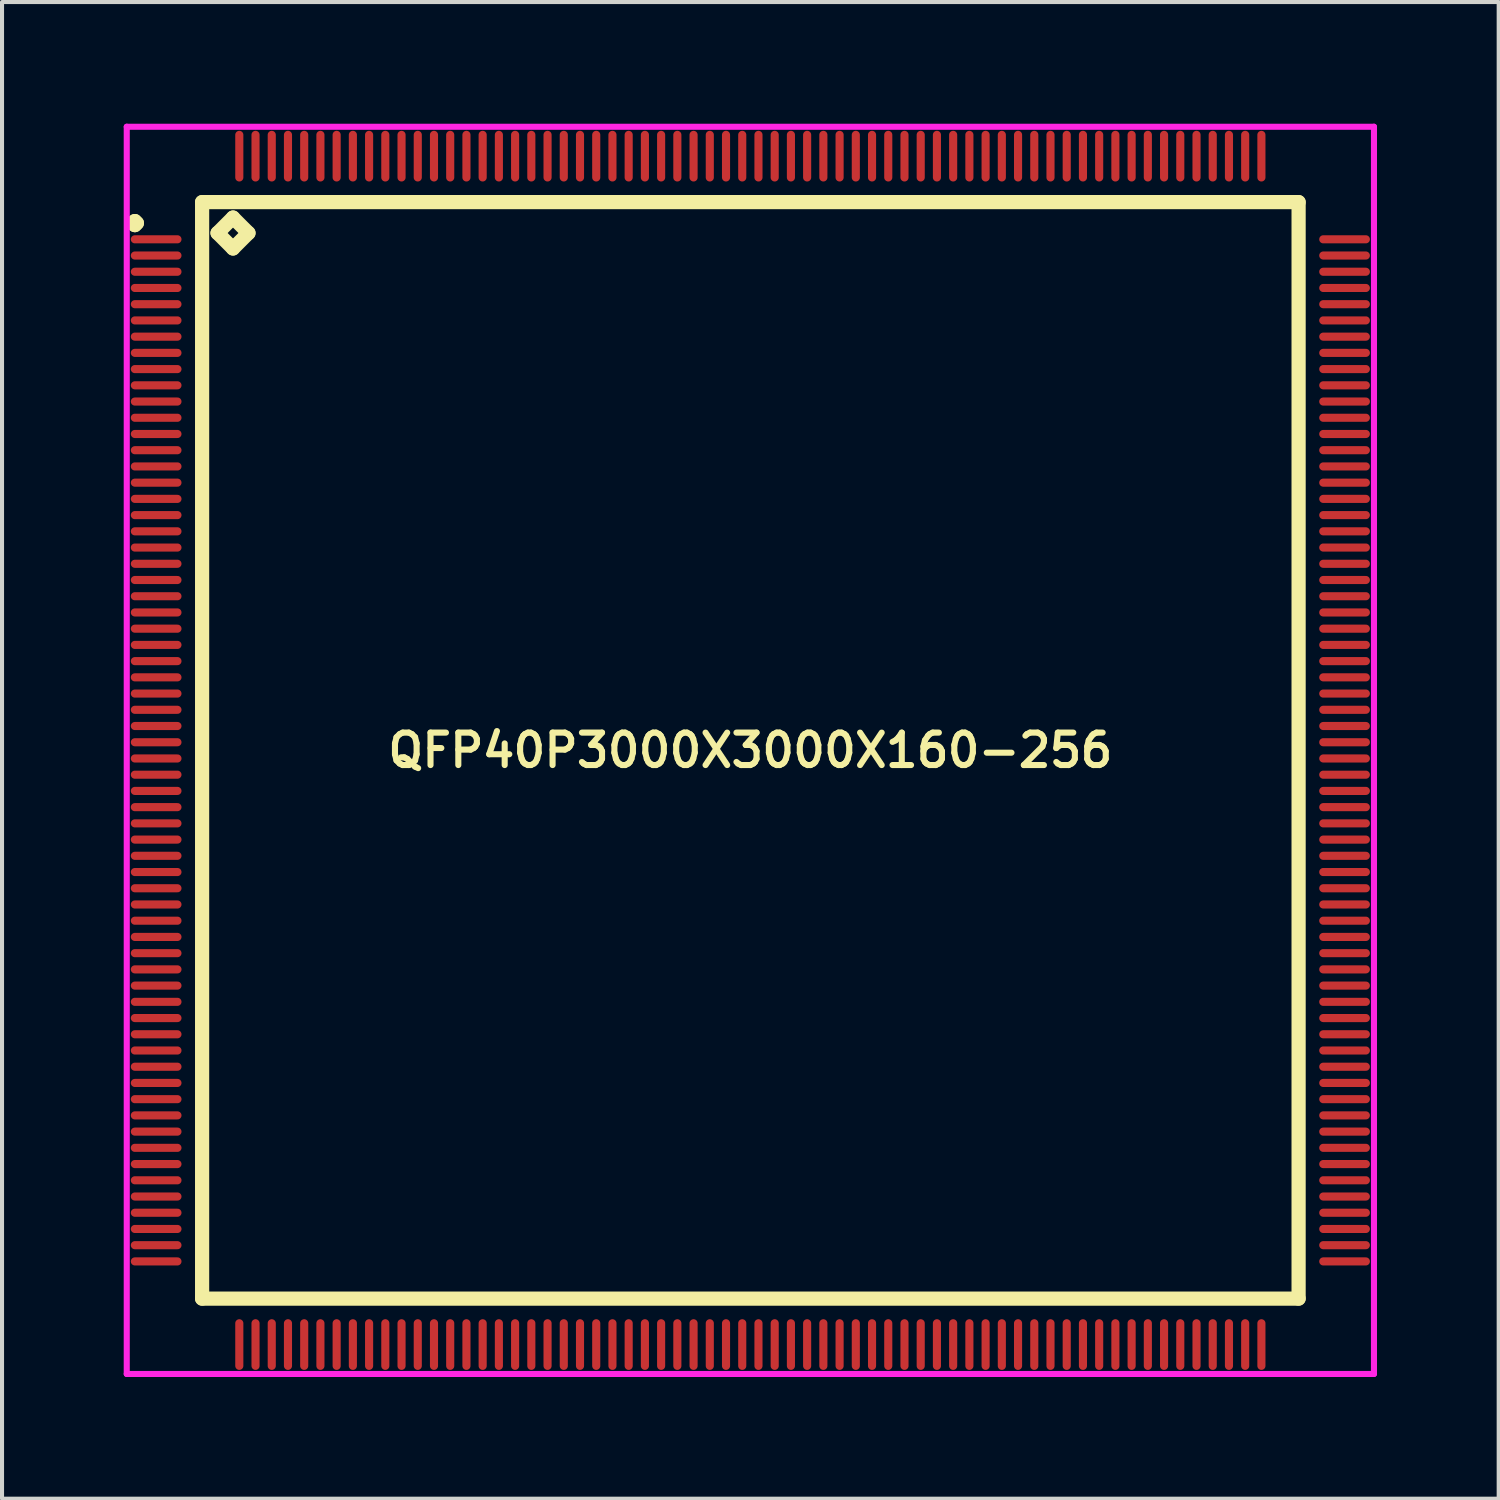
<source format=kicad_pcb>
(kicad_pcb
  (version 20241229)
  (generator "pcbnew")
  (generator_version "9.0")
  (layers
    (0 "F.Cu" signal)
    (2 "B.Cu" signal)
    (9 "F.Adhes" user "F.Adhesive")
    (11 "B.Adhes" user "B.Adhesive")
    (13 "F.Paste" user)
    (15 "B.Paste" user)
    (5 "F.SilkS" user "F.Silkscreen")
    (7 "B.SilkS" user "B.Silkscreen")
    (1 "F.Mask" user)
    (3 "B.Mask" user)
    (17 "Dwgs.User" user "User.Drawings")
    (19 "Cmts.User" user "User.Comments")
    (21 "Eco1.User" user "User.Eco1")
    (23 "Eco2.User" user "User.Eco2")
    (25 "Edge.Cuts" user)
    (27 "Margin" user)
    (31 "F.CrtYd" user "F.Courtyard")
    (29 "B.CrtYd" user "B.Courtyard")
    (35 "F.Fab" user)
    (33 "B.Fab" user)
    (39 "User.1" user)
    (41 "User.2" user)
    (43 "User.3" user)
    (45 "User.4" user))
  (footprint "QFP40P3000X3000X160-256"
    (layer "F.Cu")
    (at 15.45 15.45)
    (property "Reference" "QFP40P3000X3000X160-256" (at 0 0 0) (layer "F.SilkS") (effects (font (size 0.8 0.8) (thickness 0.15))))
    (attr smd)
    (fp_line (start -15.225 -13) (end -15.175 -13.05) (stroke (width 0.35) (type solid)) (layer "F.SilkS"))
    (fp_line (start -15.175 -13.05) (end -15.125 -13) (stroke (width 0.35) (type solid)) (layer "F.SilkS"))
    (fp_line (start -15.175 -12.95) (end -15.225 -13) (stroke (width 0.35) (type solid)) (layer "F.SilkS"))
    (fp_line (start -15.125 -13) (end -15.175 -12.95) (stroke (width 0.35) (type solid)) (layer "F.SilkS"))
    (fp_line (start -13.517 -13.517) (end -13.517 13.517) (stroke (width 0.35) (type solid)) (layer "F.SilkS"))
    (fp_line (start -13.517 13.517) (end 13.517 13.517) (stroke (width 0.35) (type solid)) (layer "F.SilkS"))
    (fp_line (start -13.136 -12.755) (end -12.755 -13.136) (stroke (width 0.35) (type solid)) (layer "F.SilkS"))
    (fp_line (start -12.755 -13.136) (end -12.374 -12.755) (stroke (width 0.35) (type solid)) (layer "F.SilkS"))
    (fp_line (start -12.755 -12.374) (end -13.136 -12.755) (stroke (width 0.35) (type solid)) (layer "F.SilkS"))
    (fp_line (start -12.374 -12.755) (end -12.755 -12.374) (stroke (width 0.35) (type solid)) (layer "F.SilkS"))
    (fp_line (start 13.517 -13.517) (end -13.517 -13.517) (stroke (width 0.35) (type solid)) (layer "F.SilkS"))
    (fp_line (start 13.517 13.517) (end 13.517 -13.517) (stroke (width 0.35) (type solid)) (layer "F.SilkS"))
    (fp_line (start -15.375 -15.375) (end 15.375 -15.375) (stroke (width 0.15) (type solid)) (layer "F.CrtYd"))
    (fp_line (start -15.375 15.375) (end -15.375 -15.375) (stroke (width 0.15) (type solid)) (layer "F.CrtYd"))
    (fp_line (start 15.375 -15.375) (end 15.375 15.375) (stroke (width 0.15) (type solid)) (layer "F.CrtYd"))
    (fp_line (start 15.375 15.375) (end -15.375 15.375) (stroke (width 0.15) (type solid)) (layer "F.CrtYd"))
    (pad "1" smd oval (at -14.65 -12.6) (size 1.25 0.2) (layers "F.Cu" "F.Mask" "F.Paste"))
    (pad "2" smd oval (at -14.65 -12.2) (size 1.25 0.2) (layers "F.Cu" "F.Mask" "F.Paste"))
    (pad "3" smd oval (at -14.65 -11.8) (size 1.25 0.2) (layers "F.Cu" "F.Mask" "F.Paste"))
    (pad "4" smd oval (at -14.65 -11.4) (size 1.25 0.2) (layers "F.Cu" "F.Mask" "F.Paste"))
    (pad "5" smd oval (at -14.65 -11) (size 1.25 0.2) (layers "F.Cu" "F.Mask" "F.Paste"))
    (pad "6" smd oval (at -14.65 -10.6) (size 1.25 0.2) (layers "F.Cu" "F.Mask" "F.Paste"))
    (pad "7" smd oval (at -14.65 -10.2) (size 1.25 0.2) (layers "F.Cu" "F.Mask" "F.Paste"))
    (pad "8" smd oval (at -14.65 -9.8) (size 1.25 0.2) (layers "F.Cu" "F.Mask" "F.Paste"))
    (pad "9" smd oval (at -14.65 -9.4) (size 1.25 0.2) (layers "F.Cu" "F.Mask" "F.Paste"))
    (pad "10" smd oval (at -14.65 -9) (size 1.25 0.2) (layers "F.Cu" "F.Mask" "F.Paste"))
    (pad "11" smd oval (at -14.65 -8.6) (size 1.25 0.2) (layers "F.Cu" "F.Mask" "F.Paste"))
    (pad "12" smd oval (at -14.65 -8.2) (size 1.25 0.2) (layers "F.Cu" "F.Mask" "F.Paste"))
    (pad "13" smd oval (at -14.65 -7.8) (size 1.25 0.2) (layers "F.Cu" "F.Mask" "F.Paste"))
    (pad "14" smd oval (at -14.65 -7.4) (size 1.25 0.2) (layers "F.Cu" "F.Mask" "F.Paste"))
    (pad "15" smd oval (at -14.65 -7) (size 1.25 0.2) (layers "F.Cu" "F.Mask" "F.Paste"))
    (pad "16" smd oval (at -14.65 -6.6) (size 1.25 0.2) (layers "F.Cu" "F.Mask" "F.Paste"))
    (pad "17" smd oval (at -14.65 -6.2) (size 1.25 0.2) (layers "F.Cu" "F.Mask" "F.Paste"))
    (pad "18" smd oval (at -14.65 -5.8) (size 1.25 0.2) (layers "F.Cu" "F.Mask" "F.Paste"))
    (pad "19" smd oval (at -14.65 -5.4) (size 1.25 0.2) (layers "F.Cu" "F.Mask" "F.Paste"))
    (pad "20" smd oval (at -14.65 -5) (size 1.25 0.2) (layers "F.Cu" "F.Mask" "F.Paste"))
    (pad "21" smd oval (at -14.65 -4.6) (size 1.25 0.2) (layers "F.Cu" "F.Mask" "F.Paste"))
    (pad "22" smd oval (at -14.65 -4.2) (size 1.25 0.2) (layers "F.Cu" "F.Mask" "F.Paste"))
    (pad "23" smd oval (at -14.65 -3.8) (size 1.25 0.2) (layers "F.Cu" "F.Mask" "F.Paste"))
    (pad "24" smd oval (at -14.65 -3.4) (size 1.25 0.2) (layers "F.Cu" "F.Mask" "F.Paste"))
    (pad "25" smd oval (at -14.65 -3) (size 1.25 0.2) (layers "F.Cu" "F.Mask" "F.Paste"))
    (pad "26" smd oval (at -14.65 -2.6) (size 1.25 0.2) (layers "F.Cu" "F.Mask" "F.Paste"))
    (pad "27" smd oval (at -14.65 -2.2) (size 1.25 0.2) (layers "F.Cu" "F.Mask" "F.Paste"))
    (pad "28" smd oval (at -14.65 -1.8) (size 1.25 0.2) (layers "F.Cu" "F.Mask" "F.Paste"))
    (pad "29" smd oval (at -14.65 -1.4) (size 1.25 0.2) (layers "F.Cu" "F.Mask" "F.Paste"))
    (pad "30" smd oval (at -14.65 -1) (size 1.25 0.2) (layers "F.Cu" "F.Mask" "F.Paste"))
    (pad "31" smd oval (at -14.65 -0.6) (size 1.25 0.2) (layers "F.Cu" "F.Mask" "F.Paste"))
    (pad "32" smd oval (at -14.65 -0.2) (size 1.25 0.2) (layers "F.Cu" "F.Mask" "F.Paste"))
    (pad "33" smd oval (at -14.65 0.2) (size 1.25 0.2) (layers "F.Cu" "F.Mask" "F.Paste"))
    (pad "34" smd oval (at -14.65 0.6) (size 1.25 0.2) (layers "F.Cu" "F.Mask" "F.Paste"))
    (pad "35" smd oval (at -14.65 1) (size 1.25 0.2) (layers "F.Cu" "F.Mask" "F.Paste"))
    (pad "36" smd oval (at -14.65 1.4) (size 1.25 0.2) (layers "F.Cu" "F.Mask" "F.Paste"))
    (pad "37" smd oval (at -14.65 1.8) (size 1.25 0.2) (layers "F.Cu" "F.Mask" "F.Paste"))
    (pad "38" smd oval (at -14.65 2.2) (size 1.25 0.2) (layers "F.Cu" "F.Mask" "F.Paste"))
    (pad "39" smd oval (at -14.65 2.6) (size 1.25 0.2) (layers "F.Cu" "F.Mask" "F.Paste"))
    (pad "40" smd oval (at -14.65 3) (size 1.25 0.2) (layers "F.Cu" "F.Mask" "F.Paste"))
    (pad "41" smd oval (at -14.65 3.4) (size 1.25 0.2) (layers "F.Cu" "F.Mask" "F.Paste"))
    (pad "42" smd oval (at -14.65 3.8) (size 1.25 0.2) (layers "F.Cu" "F.Mask" "F.Paste"))
    (pad "43" smd oval (at -14.65 4.2) (size 1.25 0.2) (layers "F.Cu" "F.Mask" "F.Paste"))
    (pad "44" smd oval (at -14.65 4.6) (size 1.25 0.2) (layers "F.Cu" "F.Mask" "F.Paste"))
    (pad "45" smd oval (at -14.65 5) (size 1.25 0.2) (layers "F.Cu" "F.Mask" "F.Paste"))
    (pad "46" smd oval (at -14.65 5.4) (size 1.25 0.2) (layers "F.Cu" "F.Mask" "F.Paste"))
    (pad "47" smd oval (at -14.65 5.8) (size 1.25 0.2) (layers "F.Cu" "F.Mask" "F.Paste"))
    (pad "48" smd oval (at -14.65 6.2) (size 1.25 0.2) (layers "F.Cu" "F.Mask" "F.Paste"))
    (pad "49" smd oval (at -14.65 6.6) (size 1.25 0.2) (layers "F.Cu" "F.Mask" "F.Paste"))
    (pad "50" smd oval (at -14.65 7) (size 1.25 0.2) (layers "F.Cu" "F.Mask" "F.Paste"))
    (pad "51" smd oval (at -14.65 7.4) (size 1.25 0.2) (layers "F.Cu" "F.Mask" "F.Paste"))
    (pad "52" smd oval (at -14.65 7.8) (size 1.25 0.2) (layers "F.Cu" "F.Mask" "F.Paste"))
    (pad "53" smd oval (at -14.65 8.2) (size 1.25 0.2) (layers "F.Cu" "F.Mask" "F.Paste"))
    (pad "54" smd oval (at -14.65 8.6) (size 1.25 0.2) (layers "F.Cu" "F.Mask" "F.Paste"))
    (pad "55" smd oval (at -14.65 9) (size 1.25 0.2) (layers "F.Cu" "F.Mask" "F.Paste"))
    (pad "56" smd oval (at -14.65 9.4) (size 1.25 0.2) (layers "F.Cu" "F.Mask" "F.Paste"))
    (pad "57" smd oval (at -14.65 9.8) (size 1.25 0.2) (layers "F.Cu" "F.Mask" "F.Paste"))
    (pad "58" smd oval (at -14.65 10.2) (size 1.25 0.2) (layers "F.Cu" "F.Mask" "F.Paste"))
    (pad "59" smd oval (at -14.65 10.6) (size 1.25 0.2) (layers "F.Cu" "F.Mask" "F.Paste"))
    (pad "60" smd oval (at -14.65 11) (size 1.25 0.2) (layers "F.Cu" "F.Mask" "F.Paste"))
    (pad "61" smd oval (at -14.65 11.4) (size 1.25 0.2) (layers "F.Cu" "F.Mask" "F.Paste"))
    (pad "62" smd oval (at -14.65 11.8) (size 1.25 0.2) (layers "F.Cu" "F.Mask" "F.Paste"))
    (pad "63" smd oval (at -14.65 12.2) (size 1.25 0.2) (layers "F.Cu" "F.Mask" "F.Paste"))
    (pad "64" smd oval (at -14.65 12.6) (size 1.25 0.2) (layers "F.Cu" "F.Mask" "F.Paste"))
    (pad "65" smd oval (at -12.6 14.65) (size 0.2 1.25) (layers "F.Cu" "F.Mask" "F.Paste"))
    (pad "66" smd oval (at -12.2 14.65) (size 0.2 1.25) (layers "F.Cu" "F.Mask" "F.Paste"))
    (pad "67" smd oval (at -11.8 14.65) (size 0.2 1.25) (layers "F.Cu" "F.Mask" "F.Paste"))
    (pad "68" smd oval (at -11.4 14.65) (size 0.2 1.25) (layers "F.Cu" "F.Mask" "F.Paste"))
    (pad "69" smd oval (at -11 14.65) (size 0.2 1.25) (layers "F.Cu" "F.Mask" "F.Paste"))
    (pad "70" smd oval (at -10.6 14.65) (size 0.2 1.25) (layers "F.Cu" "F.Mask" "F.Paste"))
    (pad "71" smd oval (at -10.2 14.65) (size 0.2 1.25) (layers "F.Cu" "F.Mask" "F.Paste"))
    (pad "72" smd oval (at -9.8 14.65) (size 0.2 1.25) (layers "F.Cu" "F.Mask" "F.Paste"))
    (pad "73" smd oval (at -9.4 14.65) (size 0.2 1.25) (layers "F.Cu" "F.Mask" "F.Paste"))
    (pad "74" smd oval (at -9 14.65) (size 0.2 1.25) (layers "F.Cu" "F.Mask" "F.Paste"))
    (pad "75" smd oval (at -8.6 14.65) (size 0.2 1.25) (layers "F.Cu" "F.Mask" "F.Paste"))
    (pad "76" smd oval (at -8.2 14.65) (size 0.2 1.25) (layers "F.Cu" "F.Mask" "F.Paste"))
    (pad "77" smd oval (at -7.8 14.65) (size 0.2 1.25) (layers "F.Cu" "F.Mask" "F.Paste"))
    (pad "78" smd oval (at -7.4 14.65) (size 0.2 1.25) (layers "F.Cu" "F.Mask" "F.Paste"))
    (pad "79" smd oval (at -7 14.65) (size 0.2 1.25) (layers "F.Cu" "F.Mask" "F.Paste"))
    (pad "80" smd oval (at -6.6 14.65) (size 0.2 1.25) (layers "F.Cu" "F.Mask" "F.Paste"))
    (pad "81" smd oval (at -6.2 14.65) (size 0.2 1.25) (layers "F.Cu" "F.Mask" "F.Paste"))
    (pad "82" smd oval (at -5.8 14.65) (size 0.2 1.25) (layers "F.Cu" "F.Mask" "F.Paste"))
    (pad "83" smd oval (at -5.4 14.65) (size 0.2 1.25) (layers "F.Cu" "F.Mask" "F.Paste"))
    (pad "84" smd oval (at -5 14.65) (size 0.2 1.25) (layers "F.Cu" "F.Mask" "F.Paste"))
    (pad "85" smd oval (at -4.6 14.65) (size 0.2 1.25) (layers "F.Cu" "F.Mask" "F.Paste"))
    (pad "86" smd oval (at -4.2 14.65) (size 0.2 1.25) (layers "F.Cu" "F.Mask" "F.Paste"))
    (pad "87" smd oval (at -3.8 14.65) (size 0.2 1.25) (layers "F.Cu" "F.Mask" "F.Paste"))
    (pad "88" smd oval (at -3.4 14.65) (size 0.2 1.25) (layers "F.Cu" "F.Mask" "F.Paste"))
    (pad "89" smd oval (at -3 14.65) (size 0.2 1.25) (layers "F.Cu" "F.Mask" "F.Paste"))
    (pad "90" smd oval (at -2.6 14.65) (size 0.2 1.25) (layers "F.Cu" "F.Mask" "F.Paste"))
    (pad "91" smd oval (at -2.2 14.65) (size 0.2 1.25) (layers "F.Cu" "F.Mask" "F.Paste"))
    (pad "92" smd oval (at -1.8 14.65) (size 0.2 1.25) (layers "F.Cu" "F.Mask" "F.Paste"))
    (pad "93" smd oval (at -1.4 14.65) (size 0.2 1.25) (layers "F.Cu" "F.Mask" "F.Paste"))
    (pad "94" smd oval (at -1 14.65) (size 0.2 1.25) (layers "F.Cu" "F.Mask" "F.Paste"))
    (pad "95" smd oval (at -0.6 14.65) (size 0.2 1.25) (layers "F.Cu" "F.Mask" "F.Paste"))
    (pad "96" smd oval (at -0.2 14.65) (size 0.2 1.25) (layers "F.Cu" "F.Mask" "F.Paste"))
    (pad "97" smd oval (at 0.2 14.65) (size 0.2 1.25) (layers "F.Cu" "F.Mask" "F.Paste"))
    (pad "98" smd oval (at 0.6 14.65) (size 0.2 1.25) (layers "F.Cu" "F.Mask" "F.Paste"))
    (pad "99" smd oval (at 1 14.65) (size 0.2 1.25) (layers "F.Cu" "F.Mask" "F.Paste"))
    (pad "100" smd oval (at 1.4 14.65) (size 0.2 1.25) (layers "F.Cu" "F.Mask" "F.Paste"))
    (pad "101" smd oval (at 1.8 14.65) (size 0.2 1.25) (layers "F.Cu" "F.Mask" "F.Paste"))
    (pad "102" smd oval (at 2.2 14.65) (size 0.2 1.25) (layers "F.Cu" "F.Mask" "F.Paste"))
    (pad "103" smd oval (at 2.6 14.65) (size 0.2 1.25) (layers "F.Cu" "F.Mask" "F.Paste"))
    (pad "104" smd oval (at 3 14.65) (size 0.2 1.25) (layers "F.Cu" "F.Mask" "F.Paste"))
    (pad "105" smd oval (at 3.4 14.65) (size 0.2 1.25) (layers "F.Cu" "F.Mask" "F.Paste"))
    (pad "106" smd oval (at 3.8 14.65) (size 0.2 1.25) (layers "F.Cu" "F.Mask" "F.Paste"))
    (pad "107" smd oval (at 4.2 14.65) (size 0.2 1.25) (layers "F.Cu" "F.Mask" "F.Paste"))
    (pad "108" smd oval (at 4.6 14.65) (size 0.2 1.25) (layers "F.Cu" "F.Mask" "F.Paste"))
    (pad "109" smd oval (at 5 14.65) (size 0.2 1.25) (layers "F.Cu" "F.Mask" "F.Paste"))
    (pad "110" smd oval (at 5.4 14.65) (size 0.2 1.25) (layers "F.Cu" "F.Mask" "F.Paste"))
    (pad "111" smd oval (at 5.8 14.65) (size 0.2 1.25) (layers "F.Cu" "F.Mask" "F.Paste"))
    (pad "112" smd oval (at 6.2 14.65) (size 0.2 1.25) (layers "F.Cu" "F.Mask" "F.Paste"))
    (pad "113" smd oval (at 6.6 14.65) (size 0.2 1.25) (layers "F.Cu" "F.Mask" "F.Paste"))
    (pad "114" smd oval (at 7 14.65) (size 0.2 1.25) (layers "F.Cu" "F.Mask" "F.Paste"))
    (pad "115" smd oval (at 7.4 14.65) (size 0.2 1.25) (layers "F.Cu" "F.Mask" "F.Paste"))
    (pad "116" smd oval (at 7.8 14.65) (size 0.2 1.25) (layers "F.Cu" "F.Mask" "F.Paste"))
    (pad "117" smd oval (at 8.2 14.65) (size 0.2 1.25) (layers "F.Cu" "F.Mask" "F.Paste"))
    (pad "118" smd oval (at 8.6 14.65) (size 0.2 1.25) (layers "F.Cu" "F.Mask" "F.Paste"))
    (pad "119" smd oval (at 9 14.65) (size 0.2 1.25) (layers "F.Cu" "F.Mask" "F.Paste"))
    (pad "120" smd oval (at 9.4 14.65) (size 0.2 1.25) (layers "F.Cu" "F.Mask" "F.Paste"))
    (pad "121" smd oval (at 9.8 14.65) (size 0.2 1.25) (layers "F.Cu" "F.Mask" "F.Paste"))
    (pad "122" smd oval (at 10.2 14.65) (size 0.2 1.25) (layers "F.Cu" "F.Mask" "F.Paste"))
    (pad "123" smd oval (at 10.6 14.65) (size 0.2 1.25) (layers "F.Cu" "F.Mask" "F.Paste"))
    (pad "124" smd oval (at 11 14.65) (size 0.2 1.25) (layers "F.Cu" "F.Mask" "F.Paste"))
    (pad "125" smd oval (at 11.4 14.65) (size 0.2 1.25) (layers "F.Cu" "F.Mask" "F.Paste"))
    (pad "126" smd oval (at 11.8 14.65) (size 0.2 1.25) (layers "F.Cu" "F.Mask" "F.Paste"))
    (pad "127" smd oval (at 12.2 14.65) (size 0.2 1.25) (layers "F.Cu" "F.Mask" "F.Paste"))
    (pad "128" smd oval (at 12.6 14.65) (size 0.2 1.25) (layers "F.Cu" "F.Mask" "F.Paste"))
    (pad "129" smd oval (at 14.65 12.6) (size 1.25 0.2) (layers "F.Cu" "F.Mask" "F.Paste"))
    (pad "130" smd oval (at 14.65 12.2) (size 1.25 0.2) (layers "F.Cu" "F.Mask" "F.Paste"))
    (pad "131" smd oval (at 14.65 11.8) (size 1.25 0.2) (layers "F.Cu" "F.Mask" "F.Paste"))
    (pad "132" smd oval (at 14.65 11.4) (size 1.25 0.2) (layers "F.Cu" "F.Mask" "F.Paste"))
    (pad "133" smd oval (at 14.65 11) (size 1.25 0.2) (layers "F.Cu" "F.Mask" "F.Paste"))
    (pad "134" smd oval (at 14.65 10.6) (size 1.25 0.2) (layers "F.Cu" "F.Mask" "F.Paste"))
    (pad "135" smd oval (at 14.65 10.2) (size 1.25 0.2) (layers "F.Cu" "F.Mask" "F.Paste"))
    (pad "136" smd oval (at 14.65 9.8) (size 1.25 0.2) (layers "F.Cu" "F.Mask" "F.Paste"))
    (pad "137" smd oval (at 14.65 9.4) (size 1.25 0.2) (layers "F.Cu" "F.Mask" "F.Paste"))
    (pad "138" smd oval (at 14.65 9) (size 1.25 0.2) (layers "F.Cu" "F.Mask" "F.Paste"))
    (pad "139" smd oval (at 14.65 8.6) (size 1.25 0.2) (layers "F.Cu" "F.Mask" "F.Paste"))
    (pad "140" smd oval (at 14.65 8.2) (size 1.25 0.2) (layers "F.Cu" "F.Mask" "F.Paste"))
    (pad "141" smd oval (at 14.65 7.8) (size 1.25 0.2) (layers "F.Cu" "F.Mask" "F.Paste"))
    (pad "142" smd oval (at 14.65 7.4) (size 1.25 0.2) (layers "F.Cu" "F.Mask" "F.Paste"))
    (pad "143" smd oval (at 14.65 7) (size 1.25 0.2) (layers "F.Cu" "F.Mask" "F.Paste"))
    (pad "144" smd oval (at 14.65 6.6) (size 1.25 0.2) (layers "F.Cu" "F.Mask" "F.Paste"))
    (pad "145" smd oval (at 14.65 6.2) (size 1.25 0.2) (layers "F.Cu" "F.Mask" "F.Paste"))
    (pad "146" smd oval (at 14.65 5.8) (size 1.25 0.2) (layers "F.Cu" "F.Mask" "F.Paste"))
    (pad "147" smd oval (at 14.65 5.4) (size 1.25 0.2) (layers "F.Cu" "F.Mask" "F.Paste"))
    (pad "148" smd oval (at 14.65 5) (size 1.25 0.2) (layers "F.Cu" "F.Mask" "F.Paste"))
    (pad "149" smd oval (at 14.65 4.6) (size 1.25 0.2) (layers "F.Cu" "F.Mask" "F.Paste"))
    (pad "150" smd oval (at 14.65 4.2) (size 1.25 0.2) (layers "F.Cu" "F.Mask" "F.Paste"))
    (pad "151" smd oval (at 14.65 3.8) (size 1.25 0.2) (layers "F.Cu" "F.Mask" "F.Paste"))
    (pad "152" smd oval (at 14.65 3.4) (size 1.25 0.2) (layers "F.Cu" "F.Mask" "F.Paste"))
    (pad "153" smd oval (at 14.65 3) (size 1.25 0.2) (layers "F.Cu" "F.Mask" "F.Paste"))
    (pad "154" smd oval (at 14.65 2.6) (size 1.25 0.2) (layers "F.Cu" "F.Mask" "F.Paste"))
    (pad "155" smd oval (at 14.65 2.2) (size 1.25 0.2) (layers "F.Cu" "F.Mask" "F.Paste"))
    (pad "156" smd oval (at 14.65 1.8) (size 1.25 0.2) (layers "F.Cu" "F.Mask" "F.Paste"))
    (pad "157" smd oval (at 14.65 1.4) (size 1.25 0.2) (layers "F.Cu" "F.Mask" "F.Paste"))
    (pad "158" smd oval (at 14.65 1) (size 1.25 0.2) (layers "F.Cu" "F.Mask" "F.Paste"))
    (pad "159" smd oval (at 14.65 0.6) (size 1.25 0.2) (layers "F.Cu" "F.Mask" "F.Paste"))
    (pad "160" smd oval (at 14.65 0.2) (size 1.25 0.2) (layers "F.Cu" "F.Mask" "F.Paste"))
    (pad "161" smd oval (at 14.65 -0.2) (size 1.25 0.2) (layers "F.Cu" "F.Mask" "F.Paste"))
    (pad "162" smd oval (at 14.65 -0.6) (size 1.25 0.2) (layers "F.Cu" "F.Mask" "F.Paste"))
    (pad "163" smd oval (at 14.65 -1) (size 1.25 0.2) (layers "F.Cu" "F.Mask" "F.Paste"))
    (pad "164" smd oval (at 14.65 -1.4) (size 1.25 0.2) (layers "F.Cu" "F.Mask" "F.Paste"))
    (pad "165" smd oval (at 14.65 -1.8) (size 1.25 0.2) (layers "F.Cu" "F.Mask" "F.Paste"))
    (pad "166" smd oval (at 14.65 -2.2) (size 1.25 0.2) (layers "F.Cu" "F.Mask" "F.Paste"))
    (pad "167" smd oval (at 14.65 -2.6) (size 1.25 0.2) (layers "F.Cu" "F.Mask" "F.Paste"))
    (pad "168" smd oval (at 14.65 -3) (size 1.25 0.2) (layers "F.Cu" "F.Mask" "F.Paste"))
    (pad "169" smd oval (at 14.65 -3.4) (size 1.25 0.2) (layers "F.Cu" "F.Mask" "F.Paste"))
    (pad "170" smd oval (at 14.65 -3.8) (size 1.25 0.2) (layers "F.Cu" "F.Mask" "F.Paste"))
    (pad "171" smd oval (at 14.65 -4.2) (size 1.25 0.2) (layers "F.Cu" "F.Mask" "F.Paste"))
    (pad "172" smd oval (at 14.65 -4.6) (size 1.25 0.2) (layers "F.Cu" "F.Mask" "F.Paste"))
    (pad "173" smd oval (at 14.65 -5) (size 1.25 0.2) (layers "F.Cu" "F.Mask" "F.Paste"))
    (pad "174" smd oval (at 14.65 -5.4) (size 1.25 0.2) (layers "F.Cu" "F.Mask" "F.Paste"))
    (pad "175" smd oval (at 14.65 -5.8) (size 1.25 0.2) (layers "F.Cu" "F.Mask" "F.Paste"))
    (pad "176" smd oval (at 14.65 -6.2) (size 1.25 0.2) (layers "F.Cu" "F.Mask" "F.Paste"))
    (pad "177" smd oval (at 14.65 -6.6) (size 1.25 0.2) (layers "F.Cu" "F.Mask" "F.Paste"))
    (pad "178" smd oval (at 14.65 -7) (size 1.25 0.2) (layers "F.Cu" "F.Mask" "F.Paste"))
    (pad "179" smd oval (at 14.65 -7.4) (size 1.25 0.2) (layers "F.Cu" "F.Mask" "F.Paste"))
    (pad "180" smd oval (at 14.65 -7.8) (size 1.25 0.2) (layers "F.Cu" "F.Mask" "F.Paste"))
    (pad "181" smd oval (at 14.65 -8.2) (size 1.25 0.2) (layers "F.Cu" "F.Mask" "F.Paste"))
    (pad "182" smd oval (at 14.65 -8.6) (size 1.25 0.2) (layers "F.Cu" "F.Mask" "F.Paste"))
    (pad "183" smd oval (at 14.65 -9) (size 1.25 0.2) (layers "F.Cu" "F.Mask" "F.Paste"))
    (pad "184" smd oval (at 14.65 -9.4) (size 1.25 0.2) (layers "F.Cu" "F.Mask" "F.Paste"))
    (pad "185" smd oval (at 14.65 -9.8) (size 1.25 0.2) (layers "F.Cu" "F.Mask" "F.Paste"))
    (pad "186" smd oval (at 14.65 -10.2) (size 1.25 0.2) (layers "F.Cu" "F.Mask" "F.Paste"))
    (pad "187" smd oval (at 14.65 -10.6) (size 1.25 0.2) (layers "F.Cu" "F.Mask" "F.Paste"))
    (pad "188" smd oval (at 14.65 -11) (size 1.25 0.2) (layers "F.Cu" "F.Mask" "F.Paste"))
    (pad "189" smd oval (at 14.65 -11.4) (size 1.25 0.2) (layers "F.Cu" "F.Mask" "F.Paste"))
    (pad "190" smd oval (at 14.65 -11.8) (size 1.25 0.2) (layers "F.Cu" "F.Mask" "F.Paste"))
    (pad "191" smd oval (at 14.65 -12.2) (size 1.25 0.2) (layers "F.Cu" "F.Mask" "F.Paste"))
    (pad "192" smd oval (at 14.65 -12.6) (size 1.25 0.2) (layers "F.Cu" "F.Mask" "F.Paste"))
    (pad "193" smd oval (at 12.6 -14.65) (size 0.2 1.25) (layers "F.Cu" "F.Mask" "F.Paste"))
    (pad "194" smd oval (at 12.2 -14.65) (size 0.2 1.25) (layers "F.Cu" "F.Mask" "F.Paste"))
    (pad "195" smd oval (at 11.8 -14.65) (size 0.2 1.25) (layers "F.Cu" "F.Mask" "F.Paste"))
    (pad "196" smd oval (at 11.4 -14.65) (size 0.2 1.25) (layers "F.Cu" "F.Mask" "F.Paste"))
    (pad "197" smd oval (at 11 -14.65) (size 0.2 1.25) (layers "F.Cu" "F.Mask" "F.Paste"))
    (pad "198" smd oval (at 10.6 -14.65) (size 0.2 1.25) (layers "F.Cu" "F.Mask" "F.Paste"))
    (pad "199" smd oval (at 10.2 -14.65) (size 0.2 1.25) (layers "F.Cu" "F.Mask" "F.Paste"))
    (pad "200" smd oval (at 9.8 -14.65) (size 0.2 1.25) (layers "F.Cu" "F.Mask" "F.Paste"))
    (pad "201" smd oval (at 9.4 -14.65) (size 0.2 1.25) (layers "F.Cu" "F.Mask" "F.Paste"))
    (pad "202" smd oval (at 9 -14.65) (size 0.2 1.25) (layers "F.Cu" "F.Mask" "F.Paste"))
    (pad "203" smd oval (at 8.6 -14.65) (size 0.2 1.25) (layers "F.Cu" "F.Mask" "F.Paste"))
    (pad "204" smd oval (at 8.2 -14.65) (size 0.2 1.25) (layers "F.Cu" "F.Mask" "F.Paste"))
    (pad "205" smd oval (at 7.8 -14.65) (size 0.2 1.25) (layers "F.Cu" "F.Mask" "F.Paste"))
    (pad "206" smd oval (at 7.4 -14.65) (size 0.2 1.25) (layers "F.Cu" "F.Mask" "F.Paste"))
    (pad "207" smd oval (at 7 -14.65) (size 0.2 1.25) (layers "F.Cu" "F.Mask" "F.Paste"))
    (pad "208" smd oval (at 6.6 -14.65) (size 0.2 1.25) (layers "F.Cu" "F.Mask" "F.Paste"))
    (pad "209" smd oval (at 6.2 -14.65) (size 0.2 1.25) (layers "F.Cu" "F.Mask" "F.Paste"))
    (pad "210" smd oval (at 5.8 -14.65) (size 0.2 1.25) (layers "F.Cu" "F.Mask" "F.Paste"))
    (pad "211" smd oval (at 5.4 -14.65) (size 0.2 1.25) (layers "F.Cu" "F.Mask" "F.Paste"))
    (pad "212" smd oval (at 5 -14.65) (size 0.2 1.25) (layers "F.Cu" "F.Mask" "F.Paste"))
    (pad "213" smd oval (at 4.6 -14.65) (size 0.2 1.25) (layers "F.Cu" "F.Mask" "F.Paste"))
    (pad "214" smd oval (at 4.2 -14.65) (size 0.2 1.25) (layers "F.Cu" "F.Mask" "F.Paste"))
    (pad "215" smd oval (at 3.8 -14.65) (size 0.2 1.25) (layers "F.Cu" "F.Mask" "F.Paste"))
    (pad "216" smd oval (at 3.4 -14.65) (size 0.2 1.25) (layers "F.Cu" "F.Mask" "F.Paste"))
    (pad "217" smd oval (at 3 -14.65) (size 0.2 1.25) (layers "F.Cu" "F.Mask" "F.Paste"))
    (pad "218" smd oval (at 2.6 -14.65) (size 0.2 1.25) (layers "F.Cu" "F.Mask" "F.Paste"))
    (pad "219" smd oval (at 2.2 -14.65) (size 0.2 1.25) (layers "F.Cu" "F.Mask" "F.Paste"))
    (pad "220" smd oval (at 1.8 -14.65) (size 0.2 1.25) (layers "F.Cu" "F.Mask" "F.Paste"))
    (pad "221" smd oval (at 1.4 -14.65) (size 0.2 1.25) (layers "F.Cu" "F.Mask" "F.Paste"))
    (pad "222" smd oval (at 1 -14.65) (size 0.2 1.25) (layers "F.Cu" "F.Mask" "F.Paste"))
    (pad "223" smd oval (at 0.6 -14.65) (size 0.2 1.25) (layers "F.Cu" "F.Mask" "F.Paste"))
    (pad "224" smd oval (at 0.2 -14.65) (size 0.2 1.25) (layers "F.Cu" "F.Mask" "F.Paste"))
    (pad "225" smd oval (at -0.2 -14.65) (size 0.2 1.25) (layers "F.Cu" "F.Mask" "F.Paste"))
    (pad "226" smd oval (at -0.6 -14.65) (size 0.2 1.25) (layers "F.Cu" "F.Mask" "F.Paste"))
    (pad "227" smd oval (at -1 -14.65) (size 0.2 1.25) (layers "F.Cu" "F.Mask" "F.Paste"))
    (pad "228" smd oval (at -1.4 -14.65) (size 0.2 1.25) (layers "F.Cu" "F.Mask" "F.Paste"))
    (pad "229" smd oval (at -1.8 -14.65) (size 0.2 1.25) (layers "F.Cu" "F.Mask" "F.Paste"))
    (pad "230" smd oval (at -2.2 -14.65) (size 0.2 1.25) (layers "F.Cu" "F.Mask" "F.Paste"))
    (pad "231" smd oval (at -2.6 -14.65) (size 0.2 1.25) (layers "F.Cu" "F.Mask" "F.Paste"))
    (pad "232" smd oval (at -3 -14.65) (size 0.2 1.25) (layers "F.Cu" "F.Mask" "F.Paste"))
    (pad "233" smd oval (at -3.4 -14.65) (size 0.2 1.25) (layers "F.Cu" "F.Mask" "F.Paste"))
    (pad "234" smd oval (at -3.8 -14.65) (size 0.2 1.25) (layers "F.Cu" "F.Mask" "F.Paste"))
    (pad "235" smd oval (at -4.2 -14.65) (size 0.2 1.25) (layers "F.Cu" "F.Mask" "F.Paste"))
    (pad "236" smd oval (at -4.6 -14.65) (size 0.2 1.25) (layers "F.Cu" "F.Mask" "F.Paste"))
    (pad "237" smd oval (at -5 -14.65) (size 0.2 1.25) (layers "F.Cu" "F.Mask" "F.Paste"))
    (pad "238" smd oval (at -5.4 -14.65) (size 0.2 1.25) (layers "F.Cu" "F.Mask" "F.Paste"))
    (pad "239" smd oval (at -5.8 -14.65) (size 0.2 1.25) (layers "F.Cu" "F.Mask" "F.Paste"))
    (pad "240" smd oval (at -6.2 -14.65) (size 0.2 1.25) (layers "F.Cu" "F.Mask" "F.Paste"))
    (pad "241" smd oval (at -6.6 -14.65) (size 0.2 1.25) (layers "F.Cu" "F.Mask" "F.Paste"))
    (pad "242" smd oval (at -7 -14.65) (size 0.2 1.25) (layers "F.Cu" "F.Mask" "F.Paste"))
    (pad "243" smd oval (at -7.4 -14.65) (size 0.2 1.25) (layers "F.Cu" "F.Mask" "F.Paste"))
    (pad "244" smd oval (at -7.8 -14.65) (size 0.2 1.25) (layers "F.Cu" "F.Mask" "F.Paste"))
    (pad "245" smd oval (at -8.2 -14.65) (size 0.2 1.25) (layers "F.Cu" "F.Mask" "F.Paste"))
    (pad "246" smd oval (at -8.6 -14.65) (size 0.2 1.25) (layers "F.Cu" "F.Mask" "F.Paste"))
    (pad "247" smd oval (at -9 -14.65) (size 0.2 1.25) (layers "F.Cu" "F.Mask" "F.Paste"))
    (pad "248" smd oval (at -9.4 -14.65) (size 0.2 1.25) (layers "F.Cu" "F.Mask" "F.Paste"))
    (pad "249" smd oval (at -9.8 -14.65) (size 0.2 1.25) (layers "F.Cu" "F.Mask" "F.Paste"))
    (pad "250" smd oval (at -10.2 -14.65) (size 0.2 1.25) (layers "F.Cu" "F.Mask" "F.Paste"))
    (pad "251" smd oval (at -10.6 -14.65) (size 0.2 1.25) (layers "F.Cu" "F.Mask" "F.Paste"))
    (pad "252" smd oval (at -11 -14.65) (size 0.2 1.25) (layers "F.Cu" "F.Mask" "F.Paste"))
    (pad "253" smd oval (at -11.4 -14.65) (size 0.2 1.25) (layers "F.Cu" "F.Mask" "F.Paste"))
    (pad "254" smd oval (at -11.8 -14.65) (size 0.2 1.25) (layers "F.Cu" "F.Mask" "F.Paste"))
    (pad "255" smd oval (at -12.2 -14.65) (size 0.2 1.25) (layers "F.Cu" "F.Mask" "F.Paste"))
    (pad "256" smd oval (at -12.6 -14.65) (size 0.2 1.25) (layers "F.Cu" "F.Mask" "F.Paste")))
  (gr_rect
    (start -3 -3)
    (end 33.9 33.9)
    (stroke (width 0.1) (type default))
    (fill no)
    (layer "Edge.Cuts")))
</source>
